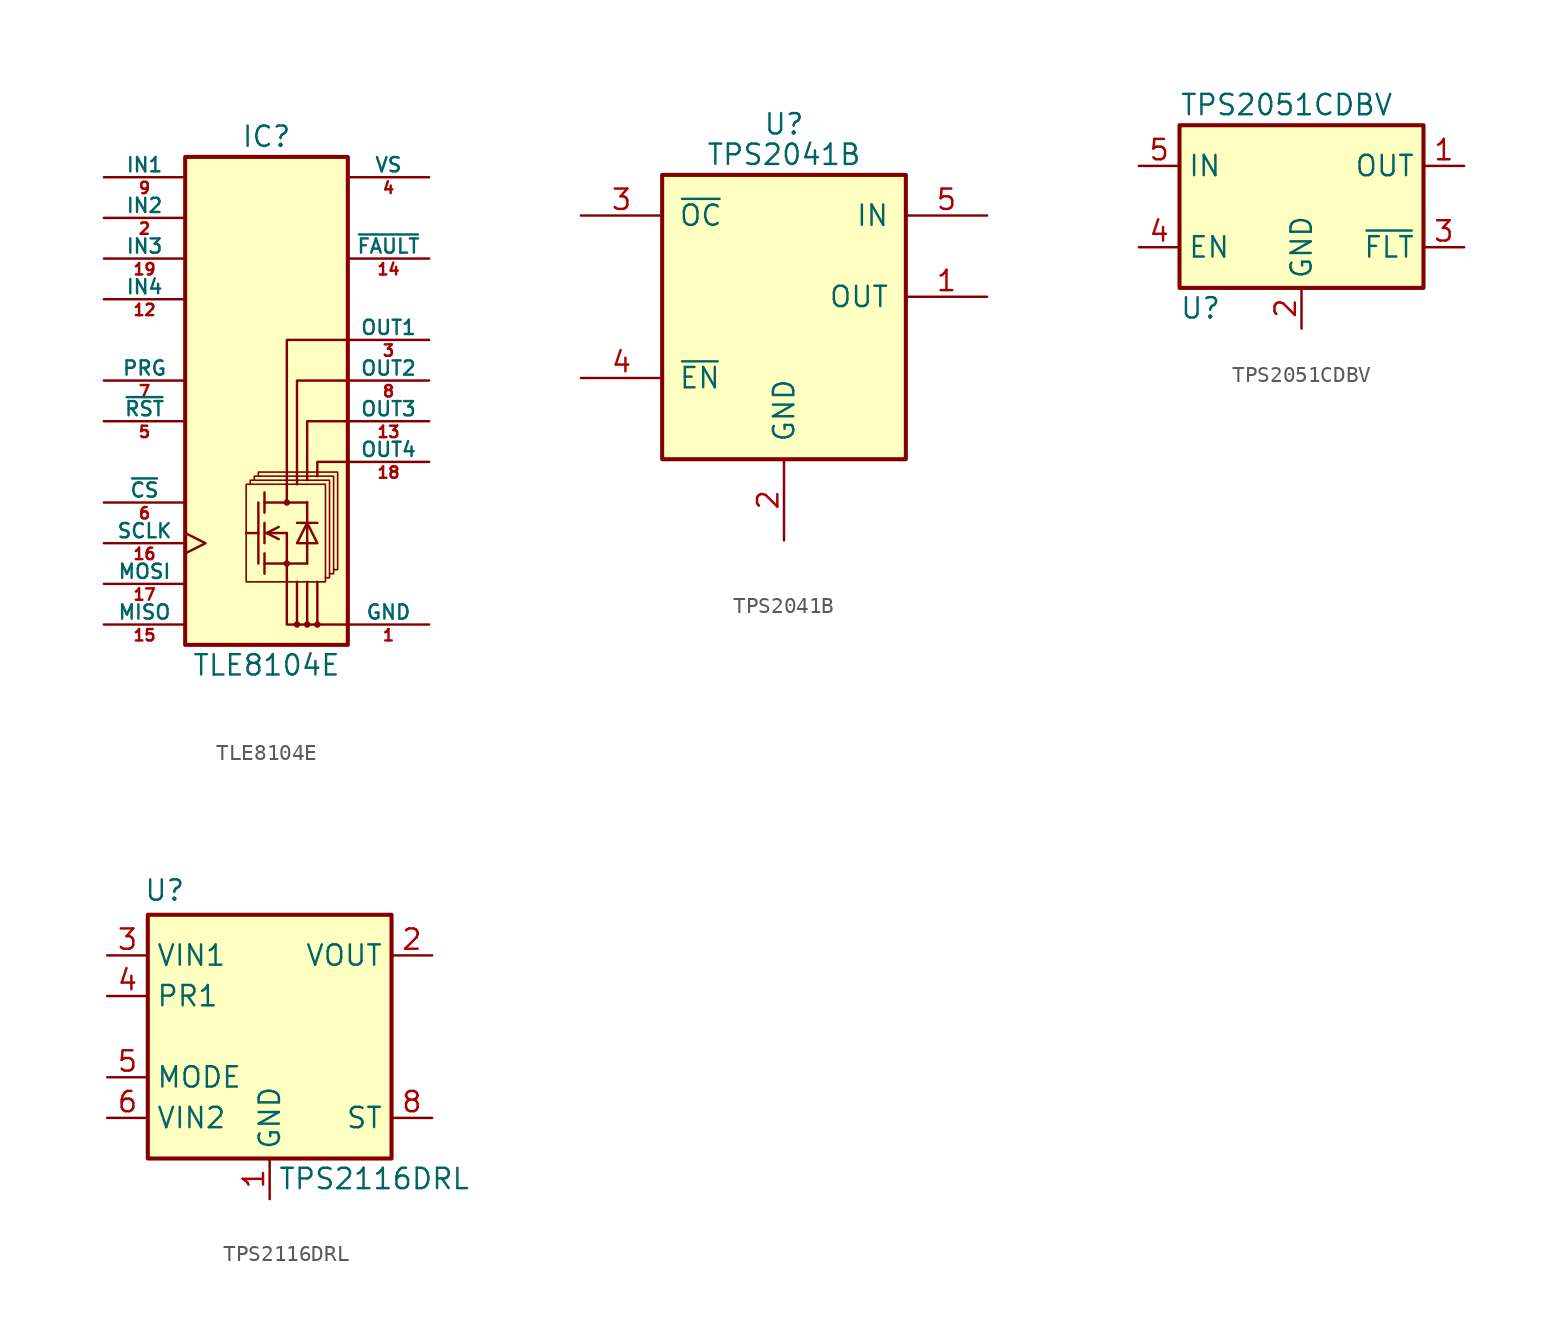
<source format=kicad_sym>
(kicad_symbol_lib
  (version 20241209)
  (generator "kicad_symbol_editor")
  (generator_version "9.0")
  (symbol "TLE8104E"
    (pin_names
      (offset 0))
    (property "Reference" "IC"
      (at 0 17.78 0)
      (effects (font (size 1.27 1.27))))
    (property "Value" "TLE8104E"
      (at 0 -15.24 0)
      (effects (font (size 1.27 1.27))))
    (symbol "TLE8104E_0_1"
      (rectangle (start -5.08 16.51) (end 5.08 -13.97) (stroke (width 0.254) (type default)) (fill (type background)))
      (rectangle (start -1.27 -3.937) (end 3.683 -10.033) (stroke (width 0.102) (type default)) (fill (type background)))
      (polyline (pts (xy -1.27 -6.985) (xy -0.508 -6.985)) (stroke (width 0.152) (type default)) (fill (type none)))
      (polyline (pts (xy -1.016 -3.937) (xy -1.016 -3.683) (xy 3.937 -3.683) (xy 3.937 -9.779) (xy 3.683 -9.779)) (stroke (width 0.102) (type default)) (fill (type background)))
      (polyline (pts (xy -0.762 -3.683) (xy -0.762 -3.429) (xy 4.191 -3.429) (xy 4.191 -9.525) (xy 3.937 -9.525)) (stroke (width 0.102) (type default)) (fill (type background)))
      (polyline (pts (xy -0.508 -3.429) (xy -0.508 -3.175) (xy 4.445 -3.175) (xy 4.445 -9.271) (xy 4.191 -9.271)) (stroke (width 0.102) (type default)) (fill (type background)))
      (polyline (pts (xy -0.508 -5.08) (xy -0.508 -8.89)) (stroke (width 0.152) (type default)) (fill (type none)))
      (polyline (pts (xy -0.127 -4.445) (xy -0.127 -5.715)) (stroke (width 0.152) (type default)) (fill (type none)))
      (polyline (pts (xy -0.127 -6.35) (xy -0.127 -7.62)) (stroke (width 0.152) (type default)) (fill (type none)))
      (polyline (pts (xy -0.127 -8.255) (xy -0.127 -9.525)) (stroke (width 0.152) (type default)) (fill (type none)))
      (polyline (pts (xy -0.127 -8.89) (xy 2.54 -8.89)) (stroke (width 0.152) (type default)) (fill (type none)))
      (polyline (pts (xy 0 -6.985) (xy 0.762 -6.604)) (stroke (width 0.152) (type default)) (fill (type none)))
      (polyline (pts (xy 0 -6.985) (xy 0.762 -7.366)) (stroke (width 0.152) (type default)) (fill (type none)))
      (polyline (pts (xy 0 -6.985) (xy 1.27 -6.985)) (stroke (width 0.152) (type default)) (fill (type none)))
      (polyline (pts (xy 1.27 -5.08) (xy 1.27 5.08) (xy 5.08 5.08)) (stroke (width 0.152) (type default)) (fill (type none)))
      (circle (center 1.27 -5.08) (radius 0.127) (stroke (width 0.152) (type default)) (fill (type none)))
      (polyline (pts (xy 1.27 -6.985) (xy 1.27 -7.62) (xy 1.27 -8.89)) (stroke (width 0.152) (type default)) (fill (type none)))
      (circle (center 1.27 -8.89) (radius 0.127) (stroke (width 0.152) (type default)) (fill (type none)))
      (polyline (pts (xy 1.905 -6.35) (xy 3.175 -6.35)) (stroke (width 0.152) (type default)) (fill (type none)))
      (polyline (pts (xy 1.905 -10.033) (xy 1.905 -12.7)) (stroke (width 0.152) (type default)) (fill (type none)))
      (circle (center 1.905 -12.7) (radius 0.127) (stroke (width 0.152) (type default)) (fill (type none)))
      (polyline (pts (xy 2.54 -5.08) (xy -0.127 -5.08)) (stroke (width 0.152) (type default)) (fill (type none)))
      (polyline (pts (xy 2.54 -5.08) (xy 2.54 -5.08)) (stroke (width 0) (type default)) (fill (type none)))
      (polyline (pts (xy 2.54 -5.08) (xy 2.54 -8.89)) (stroke (width 0) (type default)) (fill (type none)))
      (polyline (pts (xy 2.54 -6.35) (xy 1.905 -7.62) (xy 3.175 -7.62) (xy 2.54 -6.35)) (stroke (width 0.152) (type default)) (fill (type none)))
      (polyline (pts (xy 2.54 -12.7) (xy 2.54 -10.033)) (stroke (width 0.152) (type default)) (fill (type none)))
      (circle (center 2.54 -12.7) (radius 0.127) (stroke (width 0.152) (type default)) (fill (type none)))
      (polyline (pts (xy 3.175 -12.7) (xy 3.175 -10.033)) (stroke (width 0.152) (type default)) (fill (type none)))
      (circle (center 3.175 -12.7) (radius 0.127) (stroke (width 0.152) (type default)) (fill (type none)))
      (polyline (pts (xy 5.08 2.54) (xy 1.905 2.54) (xy 1.905 -3.937)) (stroke (width 0.152) (type default)) (fill (type none)))
      (polyline (pts (xy 5.08 0) (xy 2.54 0) (xy 2.54 -3.683)) (stroke (width 0.152) (type default)) (fill (type none)))
      (polyline (pts (xy 5.08 -2.54) (xy 3.175 -2.54) (xy 3.175 -3.429)) (stroke (width 0.152) (type default)) (fill (type none)))
      (polyline (pts (xy 5.08 -12.7) (xy 1.27 -12.7) (xy 1.27 -8.89)) (stroke (width 0.152) (type default)) (fill (type none))))
    (symbol "TLE8104E_1_1"
      (pin input line (at -10.16 15.24 0) (length 5.08) (name "IN1" (effects (font (size 0.889 0.889)))) (number "9" (effects (font (size 0.711 0.711)))))
      (pin input line (at -10.16 12.7 0) (length 5.08) (name "IN2" (effects (font (size 0.889 0.889)))) (number "2" (effects (font (size 0.711 0.711)))))
      (pin input line (at -10.16 10.16 0) (length 5.08) (name "IN3" (effects (font (size 0.889 0.889)))) (number "19" (effects (font (size 0.711 0.711)))))
      (pin input line (at -10.16 7.62 0) (length 5.08) (name "IN4" (effects (font (size 0.889 0.889)))) (number "12" (effects (font (size 0.711 0.711)))))
      (pin input line (at -10.16 2.54 0) (length 5.08) (name "PRG" (effects (font (size 0.889 0.889)))) (number "7" (effects (font (size 0.711 0.711)))))
      (pin input line (at -10.16 0 0) (length 5.08) (name "~{RST}" (effects (font (size 0.889 0.889)))) (number "5" (effects (font (size 0.711 0.711)))))
      (pin input line (at -10.16 -5.08 0) (length 5.08) (name "~{CS}" (effects (font (size 0.889 0.889)))) (number "6" (effects (font (size 0.711 0.711)))))
      (pin input clock (at -10.16 -7.62 0) (length 5.08) (name "SCLK" (effects (font (size 0.889 0.889)))) (number "16" (effects (font (size 0.711 0.711)))))
      (pin input line (at -10.16 -10.16 0) (length 5.08) (name "MOSI" (effects (font (size 0.889 0.889)))) (number "17" (effects (font (size 0.711 0.711)))))
      (pin passive line (at -10.16 -12.7 0) (length 5.08) (name "MISO" (effects (font (size 0.889 0.889)))) (number "15" (effects (font (size 0.711 0.711)))))
      (pin power_in line (at 10.16 15.24 180) (length 5.08) (name "VS" (effects (font (size 0.889 0.889)))) (number "4" (effects (font (size 0.711 0.711)))))
      (pin output line (at 10.16 10.16 180) (length 5.08) (name "~{FAULT}" (effects (font (size 0.889 0.889)))) (number "14" (effects (font (size 0.711 0.711)))))
      (pin open_collector line (at 10.16 5.08 180) (length 5.08) (name "OUT1" (effects (font (size 0.889 0.889)))) (number "3" (effects (font (size 0.711 0.711)))))
      (pin open_collector line (at 10.16 2.54 180) (length 5.08) (name "OUT2" (effects (font (size 0.889 0.889)))) (number "8" (effects (font (size 0.711 0.711)))))
      (pin open_collector line (at 10.16 0 180) (length 5.08) (name "OUT3" (effects (font (size 0.889 0.889)))) (number "13" (effects (font (size 0.711 0.711)))))
      (pin open_collector line (at 10.16 -2.54 180) (length 5.08) (name "OUT4" (effects (font (size 0.889 0.889)))) (number "18" (effects (font (size 0.711 0.711)))))
      (pin power_in line (at 10.16 -12.7 180) (length 5.08) (name "GND" (effects (font (size 0.889 0.889)))) (number "1" (effects (font (size 0.711 0.711)))))
      (pin passive line (at 10.16 -12.7 180) (length 5.08) (hide yes) (name "GND" (effects (font (size 0.889 0.889)))) (number "10" (effects (font (size 0.711 0.711)))))
      (pin passive line (at 10.16 -12.7 180) (length 5.08) (hide yes) (name "GND" (effects (font (size 0.889 0.889)))) (number "11" (effects (font (size 0.711 0.711)))))
      (pin passive line (at 10.16 -12.7 180) (length 5.08) (hide yes) (name "GND" (effects (font (size 0.889 0.889)))) (number "20" (effects (font (size 0.711 0.711)))))
      (pin passive line (at 10.16 -12.7 180) (length 5.08) (hide yes) (name "GND" (effects (font (size 0.889 0.889)))) (number "21" (effects (font (size 0.711 0.711)))))))
  (symbol "TPS2041B"
    (pin_names
      (offset 1.016))
    (property "Reference" "U"
      (at 0 10.795 0)
      (effects (font (size 1.27 1.27))))
    (property "Value" "TPS2041B"
      (at 0 8.89 0)
      (effects (font (size 1.27 1.27))))
    (symbol "TPS2041B_0_1"
      (rectangle (start -7.62 7.62) (end 7.62 -10.16) (stroke (width 0.254) (type default)) (fill (type background))))
    (symbol "TPS2041B_1_1"
      (pin open_collector line (at -12.7 5.08 0) (length 5.08) (name "~{OC}" (effects (font (size 1.27 1.27)))) (number "3" (effects (font (size 1.27 1.27)))))
      (pin input line (at -12.7 -5.08 0) (length 5.08) (name "~{EN}" (effects (font (size 1.27 1.27)))) (number "4" (effects (font (size 1.27 1.27)))))
      (pin power_in line (at 0 -15.24 90) (length 5.08) (name "GND" (effects (font (size 1.27 1.27)))) (number "2" (effects (font (size 1.27 1.27)))))
      (pin power_in line (at 12.7 5.08 180) (length 5.08) (name "IN" (effects (font (size 1.27 1.27)))) (number "5" (effects (font (size 1.27 1.27)))))
      (pin power_out line (at 12.7 0 180) (length 5.08) (name "OUT" (effects (font (size 1.27 1.27)))) (number "1" (effects (font (size 1.27 1.27)))))))
  (symbol "TPS2051CDBV"
    (property "Reference" "U"
      (at -7.62 -6.35 0)
      (effects (font (size 1.27 1.27)) (justify left)))
    (property "Value" "TPS2051CDBV"
      (at -7.62 6.35 0)
      (effects (font (size 1.27 1.27)) (justify left)))
    (symbol "TPS2051CDBV_0_1"
      (rectangle (start -7.62 5.08) (end 7.62 -5.08) (stroke (width 0.254) (type default)) (fill (type background))))
    (symbol "TPS2051CDBV_1_1"
      (pin power_in line (at -10.16 2.54 0) (length 2.54) (name "IN" (effects (font (size 1.27 1.27)))) (number "5" (effects (font (size 1.27 1.27)))))
      (pin input line (at -10.16 -2.54 0) (length 2.54) (name "EN" (effects (font (size 1.27 1.27)))) (number "4" (effects (font (size 1.27 1.27)))))
      (pin power_in line (at 0 -7.62 90) (length 2.54) (name "GND" (effects (font (size 1.27 1.27)))) (number "2" (effects (font (size 1.27 1.27)))))
      (pin power_out line (at 10.16 2.54 180) (length 2.54) (name "OUT" (effects (font (size 1.27 1.27)))) (number "1" (effects (font (size 1.27 1.27)))))
      (pin open_collector line (at 10.16 -2.54 180) (length 2.54) (name "~{FLT}" (effects (font (size 1.27 1.27)))) (number "3" (effects (font (size 1.27 1.27)))))))
  (symbol "TPS2116DRL"
    (property "Reference" "U"
      (at -7.874 9.144 0)
      (effects (font (size 1.27 1.27)) (justify left)))
    (property "Value" "TPS2116DRL"
      (at 0.508 -8.89 0)
      (effects (font (size 1.27 1.27)) (justify left)))
    (symbol "TPS2116DRL_0_1"
      (rectangle (start -7.62 7.62) (end 7.62 -7.62) (stroke (width 0.254) (type default)) (fill (type background))))
    (symbol "TPS2116DRL_1_0"
      (pin power_out line (at 10.16 5.08 180) (length 2.54) (hide yes) (name "VOUT" (effects (font (size 1.27 1.27)))) (number "7" (effects (font (size 1.27 1.27))))))
    (symbol "TPS2116DRL_1_1"
      (pin power_in line (at -10.16 5.08 0) (length 2.54) (name "VIN1" (effects (font (size 1.27 1.27)))) (number "3" (effects (font (size 1.27 1.27)))))
      (pin input line (at -10.16 2.54 0) (length 2.54) (name "PR1" (effects (font (size 1.27 1.27)))) (number "4" (effects (font (size 1.27 1.27)))))
      (pin input line (at -10.16 -2.54 0) (length 2.54) (name "MODE" (effects (font (size 1.27 1.27)))) (number "5" (effects (font (size 1.27 1.27)))))
      (pin power_in line (at -10.16 -5.08 0) (length 2.54) (name "VIN2" (effects (font (size 1.27 1.27)))) (number "6" (effects (font (size 1.27 1.27)))))
      (pin power_in line (at 0 -10.16 90) (length 2.54) (name "GND" (effects (font (size 1.27 1.27)))) (number "1" (effects (font (size 1.27 1.27)))))
      (pin power_out line (at 10.16 5.08 180) (length 2.54) (name "VOUT" (effects (font (size 1.27 1.27)))) (number "2" (effects (font (size 1.27 1.27)))))
      (pin open_collector line (at 10.16 -5.08 180) (length 2.54) (name "ST" (effects (font (size 1.27 1.27)))) (number "8" (effects (font (size 1.27 1.27))))))))
</source>
